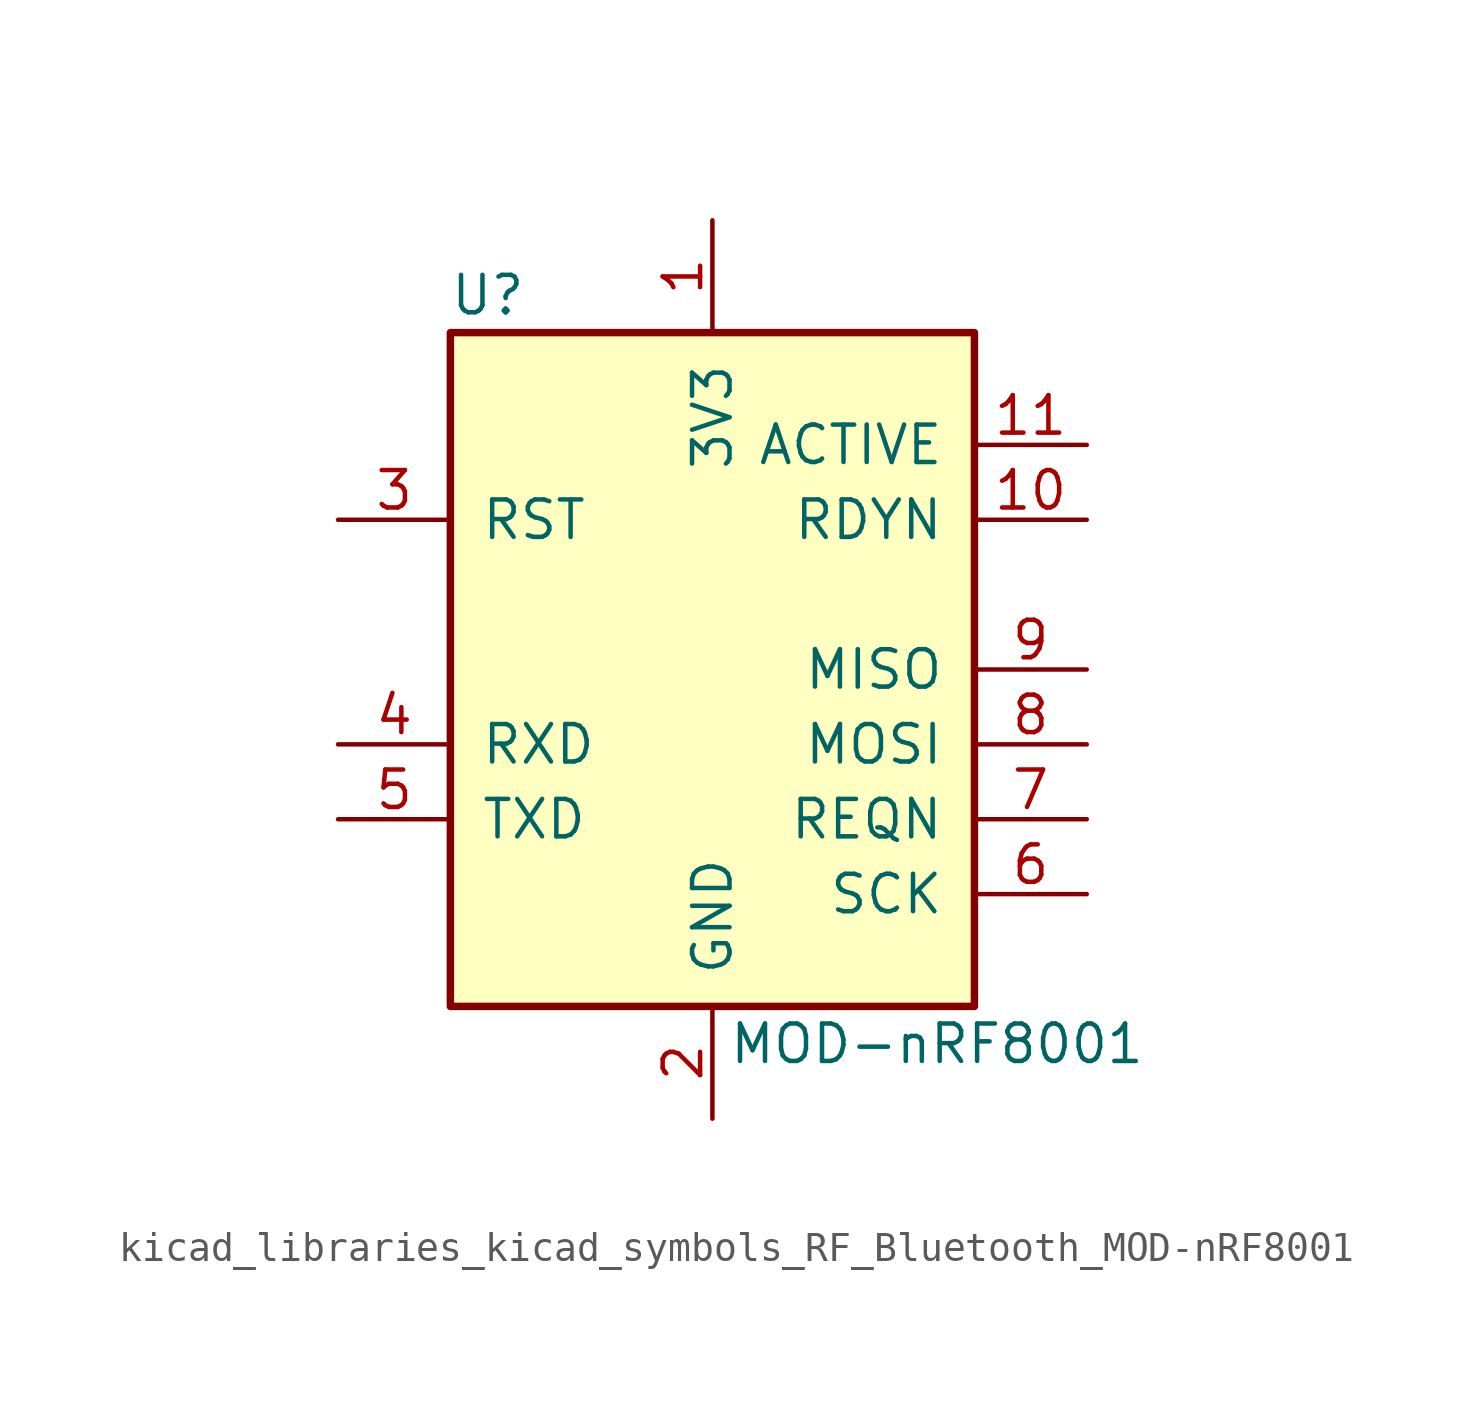
<source format=kicad_sym>
(kicad_symbol_lib
  (version 20220914)
  (generator kicad_symbol_editor)
  (symbol "kicad_libraries_kicad_symbols_RF_Bluetooth_MOD-nRF8001"
    (pin_names
      (offset 1.016))
    (property "Reference" "U"
      (at -7.62 12.7 0)
      (effects (font (size 1.27 1.27))))
    (property "Value" "MOD-nRF8001"
      (at 7.62 -12.7 0)
      (effects (font (size 1.27 1.27))))
    (symbol "kicad_libraries_kicad_symbols_RF_Bluetooth_MOD-nRF8001_0_1"
      (rectangle (start -8.89 11.43) (end 8.89 -11.43) (stroke (width 0.254) (type default)) (fill (type background))))
    (symbol "kicad_libraries_kicad_symbols_RF_Bluetooth_MOD-nRF8001_1_1"
      (pin power_in line (at 0 15.24 270) (length 3.81) (name "3V3" (effects (font (size 1.27 1.27)))) (number "1" (effects (font (size 1.27 1.27)))))
      (pin output line (at 12.7 5.08 180) (length 3.81) (name "RDYN" (effects (font (size 1.27 1.27)))) (number "10" (effects (font (size 1.27 1.27)))))
      (pin output line (at 12.7 7.62 180) (length 3.81) (name "ACTIVE" (effects (font (size 1.27 1.27)))) (number "11" (effects (font (size 1.27 1.27)))))
      (pin power_in line (at 0 -15.24 90) (length 3.81) (name "GND" (effects (font (size 1.27 1.27)))) (number "2" (effects (font (size 1.27 1.27)))))
      (pin input line (at -12.7 5.08 0) (length 3.81) (name "RST" (effects (font (size 1.27 1.27)))) (number "3" (effects (font (size 1.27 1.27)))))
      (pin input line (at -12.7 -2.54 0) (length 3.81) (name "RXD" (effects (font (size 1.27 1.27)))) (number "4" (effects (font (size 1.27 1.27)))))
      (pin output line (at -12.7 -5.08 0) (length 3.81) (name "TXD" (effects (font (size 1.27 1.27)))) (number "5" (effects (font (size 1.27 1.27)))))
      (pin input line (at 12.7 -7.62 180) (length 3.81) (name "SCK" (effects (font (size 1.27 1.27)))) (number "6" (effects (font (size 1.27 1.27)))))
      (pin input line (at 12.7 -5.08 180) (length 3.81) (name "REQN" (effects (font (size 1.27 1.27)))) (number "7" (effects (font (size 1.27 1.27)))))
      (pin input line (at 12.7 -2.54 180) (length 3.81) (name "MOSI" (effects (font (size 1.27 1.27)))) (number "8" (effects (font (size 1.27 1.27)))))
      (pin output line (at 12.7 0 180) (length 3.81) (name "MISO" (effects (font (size 1.27 1.27)))) (number "9" (effects (font (size 1.27 1.27))))))))
</source>
